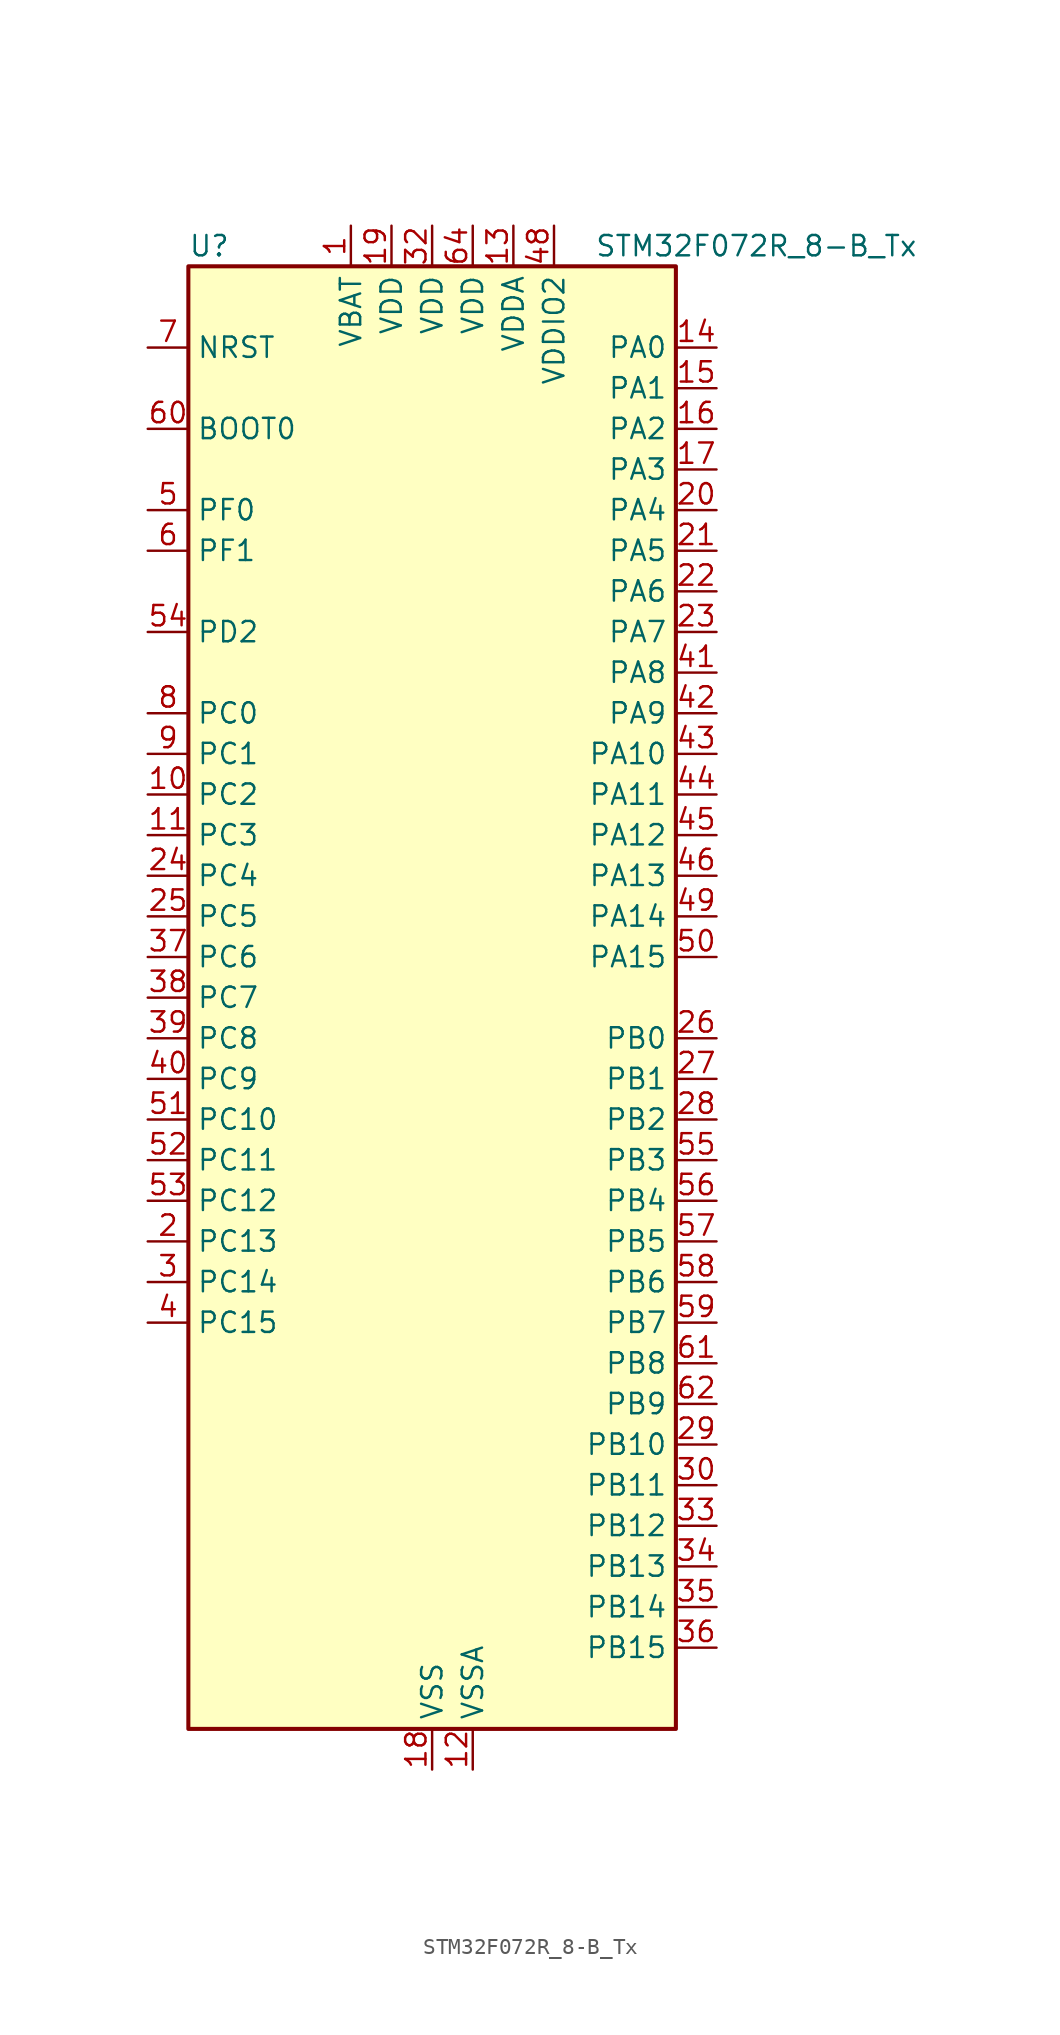
<source format=kicad_sym>
(kicad_symbol_lib
  (version 20241209)
  (generator "kicad_symbol_editor")
  (generator_version "9.0")
  (symbol "STM32F072R_8-B_Tx"
    (property "Reference" "U"
      (at -15.24 46.99 0)
      (effects (font (size 1.27 1.27)) (justify left)))
    (property "Value" "STM32F072R_8-B_Tx"
      (at 10.16 46.99 0)
      (effects (font (size 1.27 1.27)) (justify left)))
    (symbol "STM32F072R_8-B_Tx_0_1"
      (rectangle (start -15.24 -45.72) (end 15.24 45.72) (stroke (width 0.254) (type default)) (fill (type background))))
    (symbol "STM32F072R_8-B_Tx_1_1"
      (pin input line (at -17.78 40.64 0) (length 2.54) (name "NRST" (effects (font (size 1.27 1.27)))) (number "7" (effects (font (size 1.27 1.27)))))
      (pin input line (at -17.78 35.56 0) (length 2.54) (name "BOOT0" (effects (font (size 1.27 1.27)))) (number "60" (effects (font (size 1.27 1.27)))))
      (pin bidirectional line (at -17.78 30.48 0) (length 2.54) (name "PF0" (effects (font (size 1.27 1.27)))) (number "5" (effects (font (size 1.27 1.27)))) (alternate "CRS_SYNC" bidirectional line) (alternate "RCC_OSC_IN" bidirectional line))
      (pin bidirectional line (at -17.78 27.94 0) (length 2.54) (name "PF1" (effects (font (size 1.27 1.27)))) (number "6" (effects (font (size 1.27 1.27)))) (alternate "RCC_OSC_OUT" bidirectional line))
      (pin bidirectional line (at -17.78 22.86 0) (length 2.54) (name "PD2" (effects (font (size 1.27 1.27)))) (number "54" (effects (font (size 1.27 1.27)))) (alternate "TIM3_ETR" bidirectional line) (alternate "USART3_DE" bidirectional line) (alternate "USART3_RTS" bidirectional line))
      (pin bidirectional line (at -17.78 17.78 0) (length 2.54) (name "PC0" (effects (font (size 1.27 1.27)))) (number "8" (effects (font (size 1.27 1.27)))) (alternate "ADC_IN10" bidirectional line))
      (pin bidirectional line (at -17.78 15.24 0) (length 2.54) (name "PC1" (effects (font (size 1.27 1.27)))) (number "9" (effects (font (size 1.27 1.27)))) (alternate "ADC_IN11" bidirectional line))
      (pin bidirectional line (at -17.78 12.7 0) (length 2.54) (name "PC2" (effects (font (size 1.27 1.27)))) (number "10" (effects (font (size 1.27 1.27)))) (alternate "ADC_IN12" bidirectional line) (alternate "I2S2_MCK" bidirectional line) (alternate "SPI2_MISO" bidirectional line))
      (pin bidirectional line (at -17.78 10.16 0) (length 2.54) (name "PC3" (effects (font (size 1.27 1.27)))) (number "11" (effects (font (size 1.27 1.27)))) (alternate "ADC_IN13" bidirectional line) (alternate "I2S2_SD" bidirectional line) (alternate "SPI2_MOSI" bidirectional line))
      (pin bidirectional line (at -17.78 7.62 0) (length 2.54) (name "PC4" (effects (font (size 1.27 1.27)))) (number "24" (effects (font (size 1.27 1.27)))) (alternate "ADC_IN14" bidirectional line) (alternate "USART3_TX" bidirectional line))
      (pin bidirectional line (at -17.78 5.08 0) (length 2.54) (name "PC5" (effects (font (size 1.27 1.27)))) (number "25" (effects (font (size 1.27 1.27)))) (alternate "ADC_IN15" bidirectional line) (alternate "SYS_WKUP5" bidirectional line) (alternate "TSC_G3_IO1" bidirectional line) (alternate "USART3_RX" bidirectional line))
      (pin bidirectional line (at -17.78 2.54 0) (length 2.54) (name "PC6" (effects (font (size 1.27 1.27)))) (number "37" (effects (font (size 1.27 1.27)))) (alternate "TIM3_CH1" bidirectional line))
      (pin bidirectional line (at -17.78 0 0) (length 2.54) (name "PC7" (effects (font (size 1.27 1.27)))) (number "38" (effects (font (size 1.27 1.27)))) (alternate "TIM3_CH2" bidirectional line))
      (pin bidirectional line (at -17.78 -2.54 0) (length 2.54) (name "PC8" (effects (font (size 1.27 1.27)))) (number "39" (effects (font (size 1.27 1.27)))) (alternate "TIM3_CH3" bidirectional line))
      (pin bidirectional line (at -17.78 -5.08 0) (length 2.54) (name "PC9" (effects (font (size 1.27 1.27)))) (number "40" (effects (font (size 1.27 1.27)))) (alternate "DAC_EXTI9" bidirectional line) (alternate "TIM3_CH4" bidirectional line))
      (pin bidirectional line (at -17.78 -7.62 0) (length 2.54) (name "PC10" (effects (font (size 1.27 1.27)))) (number "51" (effects (font (size 1.27 1.27)))) (alternate "USART3_TX" bidirectional line) (alternate "USART4_TX" bidirectional line))
      (pin bidirectional line (at -17.78 -10.16 0) (length 2.54) (name "PC11" (effects (font (size 1.27 1.27)))) (number "52" (effects (font (size 1.27 1.27)))) (alternate "USART3_RX" bidirectional line) (alternate "USART4_RX" bidirectional line))
      (pin bidirectional line (at -17.78 -12.7 0) (length 2.54) (name "PC12" (effects (font (size 1.27 1.27)))) (number "53" (effects (font (size 1.27 1.27)))) (alternate "USART3_CK" bidirectional line) (alternate "USART4_CK" bidirectional line))
      (pin bidirectional line (at -17.78 -15.24 0) (length 2.54) (name "PC13" (effects (font (size 1.27 1.27)))) (number "2" (effects (font (size 1.27 1.27)))) (alternate "RTC_OUT_ALARM" bidirectional line) (alternate "RTC_OUT_CALIB" bidirectional line) (alternate "RTC_TAMP1" bidirectional line) (alternate "RTC_TS" bidirectional line) (alternate "SYS_WKUP2" bidirectional line))
      (pin bidirectional line (at -17.78 -17.78 0) (length 2.54) (name "PC14" (effects (font (size 1.27 1.27)))) (number "3" (effects (font (size 1.27 1.27)))) (alternate "RCC_OSC32_IN" bidirectional line))
      (pin bidirectional line (at -17.78 -20.32 0) (length 2.54) (name "PC15" (effects (font (size 1.27 1.27)))) (number "4" (effects (font (size 1.27 1.27)))) (alternate "RCC_OSC32_OUT" bidirectional line))
      (pin power_in line (at -5.08 48.26 270) (length 2.54) (name "VBAT" (effects (font (size 1.27 1.27)))) (number "1" (effects (font (size 1.27 1.27)))))
      (pin power_in line (at -2.54 48.26 270) (length 2.54) (name "VDD" (effects (font (size 1.27 1.27)))) (number "19" (effects (font (size 1.27 1.27)))))
      (pin power_in line (at 0 48.26 270) (length 2.54) (name "VDD" (effects (font (size 1.27 1.27)))) (number "32" (effects (font (size 1.27 1.27)))))
      (pin power_in line (at 0 -48.26 90) (length 2.54) (name "VSS" (effects (font (size 1.27 1.27)))) (number "18" (effects (font (size 1.27 1.27)))))
      (pin passive line (at 0 -48.26 90) (length 2.54) (hide yes) (name "VSS" (effects (font (size 1.27 1.27)))) (number "31" (effects (font (size 1.27 1.27)))))
      (pin passive line (at 0 -48.26 90) (length 2.54) (hide yes) (name "VSS" (effects (font (size 1.27 1.27)))) (number "47" (effects (font (size 1.27 1.27)))))
      (pin passive line (at 0 -48.26 90) (length 2.54) (hide yes) (name "VSS" (effects (font (size 1.27 1.27)))) (number "63" (effects (font (size 1.27 1.27)))))
      (pin power_in line (at 2.54 48.26 270) (length 2.54) (name "VDD" (effects (font (size 1.27 1.27)))) (number "64" (effects (font (size 1.27 1.27)))))
      (pin power_in line (at 2.54 -48.26 90) (length 2.54) (name "VSSA" (effects (font (size 1.27 1.27)))) (number "12" (effects (font (size 1.27 1.27)))))
      (pin power_in line (at 5.08 48.26 270) (length 2.54) (name "VDDA" (effects (font (size 1.27 1.27)))) (number "13" (effects (font (size 1.27 1.27)))))
      (pin power_in line (at 7.62 48.26 270) (length 2.54) (name "VDDIO2" (effects (font (size 1.27 1.27)))) (number "48" (effects (font (size 1.27 1.27)))))
      (pin bidirectional line (at 17.78 40.64 180) (length 2.54) (name "PA0" (effects (font (size 1.27 1.27)))) (number "14" (effects (font (size 1.27 1.27)))) (alternate "ADC_IN0" bidirectional line) (alternate "COMP1_INM" bidirectional line) (alternate "COMP1_OUT" bidirectional line) (alternate "RTC_TAMP2" bidirectional line) (alternate "SYS_WKUP1" bidirectional line) (alternate "TIM2_CH1" bidirectional line) (alternate "TIM2_ETR" bidirectional line) (alternate "TSC_G1_IO1" bidirectional line) (alternate "USART2_CTS" bidirectional line) (alternate "USART4_TX" bidirectional line))
      (pin bidirectional line (at 17.78 38.1 180) (length 2.54) (name "PA1" (effects (font (size 1.27 1.27)))) (number "15" (effects (font (size 1.27 1.27)))) (alternate "ADC_IN1" bidirectional line) (alternate "COMP1_INP" bidirectional line) (alternate "TIM15_CH1N" bidirectional line) (alternate "TIM2_CH2" bidirectional line) (alternate "TSC_G1_IO2" bidirectional line) (alternate "USART2_DE" bidirectional line) (alternate "USART2_RTS" bidirectional line) (alternate "USART4_RX" bidirectional line))
      (pin bidirectional line (at 17.78 35.56 180) (length 2.54) (name "PA2" (effects (font (size 1.27 1.27)))) (number "16" (effects (font (size 1.27 1.27)))) (alternate "ADC_IN2" bidirectional line) (alternate "COMP2_INM" bidirectional line) (alternate "COMP2_OUT" bidirectional line) (alternate "SYS_WKUP4" bidirectional line) (alternate "TIM15_CH1" bidirectional line) (alternate "TIM2_CH3" bidirectional line) (alternate "TSC_G1_IO3" bidirectional line) (alternate "USART2_TX" bidirectional line))
      (pin bidirectional line (at 17.78 33.02 180) (length 2.54) (name "PA3" (effects (font (size 1.27 1.27)))) (number "17" (effects (font (size 1.27 1.27)))) (alternate "ADC_IN3" bidirectional line) (alternate "COMP2_INP" bidirectional line) (alternate "TIM15_CH2" bidirectional line) (alternate "TIM2_CH4" bidirectional line) (alternate "TSC_G1_IO4" bidirectional line) (alternate "USART2_RX" bidirectional line))
      (pin bidirectional line (at 17.78 30.48 180) (length 2.54) (name "PA4" (effects (font (size 1.27 1.27)))) (number "20" (effects (font (size 1.27 1.27)))) (alternate "ADC_IN4" bidirectional line) (alternate "COMP1_INM" bidirectional line) (alternate "COMP2_INM" bidirectional line) (alternate "DAC_OUT1" bidirectional line) (alternate "I2S1_WS" bidirectional line) (alternate "SPI1_NSS" bidirectional line) (alternate "TIM14_CH1" bidirectional line) (alternate "TSC_G2_IO1" bidirectional line) (alternate "USART2_CK" bidirectional line))
      (pin bidirectional line (at 17.78 27.94 180) (length 2.54) (name "PA5" (effects (font (size 1.27 1.27)))) (number "21" (effects (font (size 1.27 1.27)))) (alternate "ADC_IN5" bidirectional line) (alternate "CEC" bidirectional line) (alternate "COMP1_INM" bidirectional line) (alternate "COMP2_INM" bidirectional line) (alternate "DAC_OUT2" bidirectional line) (alternate "I2S1_CK" bidirectional line) (alternate "SPI1_SCK" bidirectional line) (alternate "TIM2_CH1" bidirectional line) (alternate "TIM2_ETR" bidirectional line) (alternate "TSC_G2_IO2" bidirectional line))
      (pin bidirectional line (at 17.78 25.4 180) (length 2.54) (name "PA6" (effects (font (size 1.27 1.27)))) (number "22" (effects (font (size 1.27 1.27)))) (alternate "ADC_IN6" bidirectional line) (alternate "COMP1_OUT" bidirectional line) (alternate "I2S1_MCK" bidirectional line) (alternate "SPI1_MISO" bidirectional line) (alternate "TIM16_CH1" bidirectional line) (alternate "TIM1_BKIN" bidirectional line) (alternate "TIM3_CH1" bidirectional line) (alternate "TSC_G2_IO3" bidirectional line) (alternate "USART3_CTS" bidirectional line))
      (pin bidirectional line (at 17.78 22.86 180) (length 2.54) (name "PA7" (effects (font (size 1.27 1.27)))) (number "23" (effects (font (size 1.27 1.27)))) (alternate "ADC_IN7" bidirectional line) (alternate "COMP2_OUT" bidirectional line) (alternate "I2S1_SD" bidirectional line) (alternate "SPI1_MOSI" bidirectional line) (alternate "TIM14_CH1" bidirectional line) (alternate "TIM17_CH1" bidirectional line) (alternate "TIM1_CH1N" bidirectional line) (alternate "TIM3_CH2" bidirectional line) (alternate "TSC_G2_IO4" bidirectional line))
      (pin bidirectional line (at 17.78 20.32 180) (length 2.54) (name "PA8" (effects (font (size 1.27 1.27)))) (number "41" (effects (font (size 1.27 1.27)))) (alternate "CRS_SYNC" bidirectional line) (alternate "RCC_MCO" bidirectional line) (alternate "TIM1_CH1" bidirectional line) (alternate "USART1_CK" bidirectional line))
      (pin bidirectional line (at 17.78 17.78 180) (length 2.54) (name "PA9" (effects (font (size 1.27 1.27)))) (number "42" (effects (font (size 1.27 1.27)))) (alternate "DAC_EXTI9" bidirectional line) (alternate "TIM15_BKIN" bidirectional line) (alternate "TIM1_CH2" bidirectional line) (alternate "TSC_G4_IO1" bidirectional line) (alternate "USART1_TX" bidirectional line))
      (pin bidirectional line (at 17.78 15.24 180) (length 2.54) (name "PA10" (effects (font (size 1.27 1.27)))) (number "43" (effects (font (size 1.27 1.27)))) (alternate "TIM17_BKIN" bidirectional line) (alternate "TIM1_CH3" bidirectional line) (alternate "TSC_G4_IO2" bidirectional line) (alternate "USART1_RX" bidirectional line))
      (pin bidirectional line (at 17.78 12.7 180) (length 2.54) (name "PA11" (effects (font (size 1.27 1.27)))) (number "44" (effects (font (size 1.27 1.27)))) (alternate "CAN_RX" bidirectional line) (alternate "COMP1_OUT" bidirectional line) (alternate "TIM1_CH4" bidirectional line) (alternate "TSC_G4_IO3" bidirectional line) (alternate "USART1_CTS" bidirectional line) (alternate "USB_DM" bidirectional line))
      (pin bidirectional line (at 17.78 10.16 180) (length 2.54) (name "PA12" (effects (font (size 1.27 1.27)))) (number "45" (effects (font (size 1.27 1.27)))) (alternate "CAN_TX" bidirectional line) (alternate "COMP2_OUT" bidirectional line) (alternate "TIM1_ETR" bidirectional line) (alternate "TSC_G4_IO4" bidirectional line) (alternate "USART1_DE" bidirectional line) (alternate "USART1_RTS" bidirectional line) (alternate "USB_DP" bidirectional line))
      (pin bidirectional line (at 17.78 7.62 180) (length 2.54) (name "PA13" (effects (font (size 1.27 1.27)))) (number "46" (effects (font (size 1.27 1.27)))) (alternate "IR_OUT" bidirectional line) (alternate "SYS_SWDIO" bidirectional line) (alternate "USB_NOE" bidirectional line))
      (pin bidirectional line (at 17.78 5.08 180) (length 2.54) (name "PA14" (effects (font (size 1.27 1.27)))) (number "49" (effects (font (size 1.27 1.27)))) (alternate "SYS_SWCLK" bidirectional line) (alternate "USART2_TX" bidirectional line))
      (pin bidirectional line (at 17.78 2.54 180) (length 2.54) (name "PA15" (effects (font (size 1.27 1.27)))) (number "50" (effects (font (size 1.27 1.27)))) (alternate "I2S1_WS" bidirectional line) (alternate "SPI1_NSS" bidirectional line) (alternate "TIM2_CH1" bidirectional line) (alternate "TIM2_ETR" bidirectional line) (alternate "USART2_RX" bidirectional line) (alternate "USART4_DE" bidirectional line) (alternate "USART4_RTS" bidirectional line))
      (pin bidirectional line (at 17.78 -2.54 180) (length 2.54) (name "PB0" (effects (font (size 1.27 1.27)))) (number "26" (effects (font (size 1.27 1.27)))) (alternate "ADC_IN8" bidirectional line) (alternate "TIM1_CH2N" bidirectional line) (alternate "TIM3_CH3" bidirectional line) (alternate "TSC_G3_IO2" bidirectional line) (alternate "USART3_CK" bidirectional line))
      (pin bidirectional line (at 17.78 -5.08 180) (length 2.54) (name "PB1" (effects (font (size 1.27 1.27)))) (number "27" (effects (font (size 1.27 1.27)))) (alternate "ADC_IN9" bidirectional line) (alternate "TIM14_CH1" bidirectional line) (alternate "TIM1_CH3N" bidirectional line) (alternate "TIM3_CH4" bidirectional line) (alternate "TSC_G3_IO3" bidirectional line) (alternate "USART3_DE" bidirectional line) (alternate "USART3_RTS" bidirectional line))
      (pin bidirectional line (at 17.78 -7.62 180) (length 2.54) (name "PB2" (effects (font (size 1.27 1.27)))) (number "28" (effects (font (size 1.27 1.27)))) (alternate "TSC_G3_IO4" bidirectional line))
      (pin bidirectional line (at 17.78 -10.16 180) (length 2.54) (name "PB3" (effects (font (size 1.27 1.27)))) (number "55" (effects (font (size 1.27 1.27)))) (alternate "I2S1_CK" bidirectional line) (alternate "SPI1_SCK" bidirectional line) (alternate "TIM2_CH2" bidirectional line) (alternate "TSC_G5_IO1" bidirectional line))
      (pin bidirectional line (at 17.78 -12.7 180) (length 2.54) (name "PB4" (effects (font (size 1.27 1.27)))) (number "56" (effects (font (size 1.27 1.27)))) (alternate "I2S1_MCK" bidirectional line) (alternate "SPI1_MISO" bidirectional line) (alternate "TIM17_BKIN" bidirectional line) (alternate "TIM3_CH1" bidirectional line) (alternate "TSC_G5_IO2" bidirectional line))
      (pin bidirectional line (at 17.78 -15.24 180) (length 2.54) (name "PB5" (effects (font (size 1.27 1.27)))) (number "57" (effects (font (size 1.27 1.27)))) (alternate "I2C1_SMBA" bidirectional line) (alternate "I2S1_SD" bidirectional line) (alternate "SPI1_MOSI" bidirectional line) (alternate "SYS_WKUP6" bidirectional line) (alternate "TIM16_BKIN" bidirectional line) (alternate "TIM3_CH2" bidirectional line))
      (pin bidirectional line (at 17.78 -17.78 180) (length 2.54) (name "PB6" (effects (font (size 1.27 1.27)))) (number "58" (effects (font (size 1.27 1.27)))) (alternate "I2C1_SCL" bidirectional line) (alternate "TIM16_CH1N" bidirectional line) (alternate "TSC_G5_IO3" bidirectional line) (alternate "USART1_TX" bidirectional line))
      (pin bidirectional line (at 17.78 -20.32 180) (length 2.54) (name "PB7" (effects (font (size 1.27 1.27)))) (number "59" (effects (font (size 1.27 1.27)))) (alternate "I2C1_SDA" bidirectional line) (alternate "TIM17_CH1N" bidirectional line) (alternate "TSC_G5_IO4" bidirectional line) (alternate "USART1_RX" bidirectional line) (alternate "USART4_CTS" bidirectional line))
      (pin bidirectional line (at 17.78 -22.86 180) (length 2.54) (name "PB8" (effects (font (size 1.27 1.27)))) (number "61" (effects (font (size 1.27 1.27)))) (alternate "CAN_RX" bidirectional line) (alternate "CEC" bidirectional line) (alternate "I2C1_SCL" bidirectional line) (alternate "TIM16_CH1" bidirectional line) (alternate "TSC_SYNC" bidirectional line))
      (pin bidirectional line (at 17.78 -25.4 180) (length 2.54) (name "PB9" (effects (font (size 1.27 1.27)))) (number "62" (effects (font (size 1.27 1.27)))) (alternate "CAN_TX" bidirectional line) (alternate "DAC_EXTI9" bidirectional line) (alternate "I2C1_SDA" bidirectional line) (alternate "I2S2_WS" bidirectional line) (alternate "IR_OUT" bidirectional line) (alternate "SPI2_NSS" bidirectional line) (alternate "TIM17_CH1" bidirectional line))
      (pin bidirectional line (at 17.78 -27.94 180) (length 2.54) (name "PB10" (effects (font (size 1.27 1.27)))) (number "29" (effects (font (size 1.27 1.27)))) (alternate "CEC" bidirectional line) (alternate "I2C2_SCL" bidirectional line) (alternate "I2S2_CK" bidirectional line) (alternate "SPI2_SCK" bidirectional line) (alternate "TIM2_CH3" bidirectional line) (alternate "TSC_SYNC" bidirectional line) (alternate "USART3_TX" bidirectional line))
      (pin bidirectional line (at 17.78 -30.48 180) (length 2.54) (name "PB11" (effects (font (size 1.27 1.27)))) (number "30" (effects (font (size 1.27 1.27)))) (alternate "I2C2_SDA" bidirectional line) (alternate "TIM2_CH4" bidirectional line) (alternate "TSC_G6_IO1" bidirectional line) (alternate "USART3_RX" bidirectional line))
      (pin bidirectional line (at 17.78 -33.02 180) (length 2.54) (name "PB12" (effects (font (size 1.27 1.27)))) (number "33" (effects (font (size 1.27 1.27)))) (alternate "I2S2_WS" bidirectional line) (alternate "SPI2_NSS" bidirectional line) (alternate "TIM15_BKIN" bidirectional line) (alternate "TIM1_BKIN" bidirectional line) (alternate "TSC_G6_IO2" bidirectional line) (alternate "USART3_CK" bidirectional line))
      (pin bidirectional line (at 17.78 -35.56 180) (length 2.54) (name "PB13" (effects (font (size 1.27 1.27)))) (number "34" (effects (font (size 1.27 1.27)))) (alternate "I2C2_SCL" bidirectional line) (alternate "I2S2_CK" bidirectional line) (alternate "SPI2_SCK" bidirectional line) (alternate "TIM1_CH1N" bidirectional line) (alternate "TSC_G6_IO3" bidirectional line) (alternate "USART3_CTS" bidirectional line))
      (pin bidirectional line (at 17.78 -38.1 180) (length 2.54) (name "PB14" (effects (font (size 1.27 1.27)))) (number "35" (effects (font (size 1.27 1.27)))) (alternate "I2C2_SDA" bidirectional line) (alternate "I2S2_MCK" bidirectional line) (alternate "SPI2_MISO" bidirectional line) (alternate "TIM15_CH1" bidirectional line) (alternate "TIM1_CH2N" bidirectional line) (alternate "TSC_G6_IO4" bidirectional line) (alternate "USART3_DE" bidirectional line) (alternate "USART3_RTS" bidirectional line))
      (pin bidirectional line (at 17.78 -40.64 180) (length 2.54) (name "PB15" (effects (font (size 1.27 1.27)))) (number "36" (effects (font (size 1.27 1.27)))) (alternate "I2S2_SD" bidirectional line) (alternate "RTC_REFIN" bidirectional line) (alternate "SPI2_MOSI" bidirectional line) (alternate "SYS_WKUP7" bidirectional line) (alternate "TIM15_CH1N" bidirectional line) (alternate "TIM15_CH2" bidirectional line) (alternate "TIM1_CH3N" bidirectional line)))))
</source>
